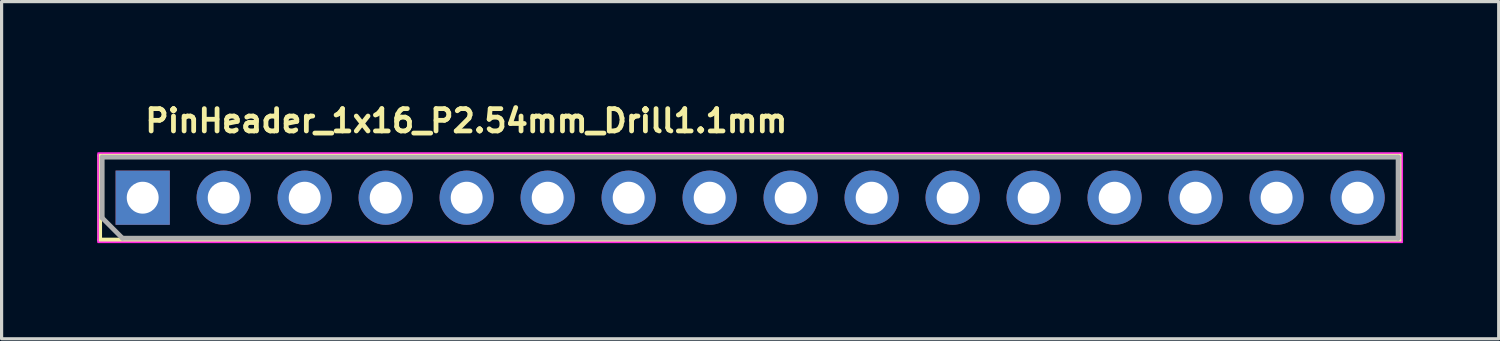
<source format=kicad_pcb>
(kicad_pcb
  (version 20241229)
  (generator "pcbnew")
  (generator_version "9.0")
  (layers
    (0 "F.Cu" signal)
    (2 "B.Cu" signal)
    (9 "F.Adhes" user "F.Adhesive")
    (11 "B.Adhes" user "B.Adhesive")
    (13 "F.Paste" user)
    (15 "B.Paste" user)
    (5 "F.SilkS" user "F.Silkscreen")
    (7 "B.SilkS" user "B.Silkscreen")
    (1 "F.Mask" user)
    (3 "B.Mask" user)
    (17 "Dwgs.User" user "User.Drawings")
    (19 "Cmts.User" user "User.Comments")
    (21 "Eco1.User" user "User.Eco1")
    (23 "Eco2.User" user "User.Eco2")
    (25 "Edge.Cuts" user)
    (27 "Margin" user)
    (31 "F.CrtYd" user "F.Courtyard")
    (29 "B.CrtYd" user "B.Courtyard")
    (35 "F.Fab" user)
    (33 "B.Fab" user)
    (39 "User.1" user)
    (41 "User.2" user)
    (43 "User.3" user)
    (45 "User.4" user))
  (footprint "PinHeader_1x16_P2.54mm_Drill1.1mm"
    (layer "F.Cu")
    (at 1.425 3.15)
    (property "Reference" "PinHeader_1x16_P2.54mm_Drill1.1mm" (at 0 -2 0) (unlocked yes) (layer "F.SilkS") (effects (font (size 0.7 0.7) (thickness 0.15)) (justify left bottom)))
    (attr through_hole)
    (fp_line (start -1.35 -1.331) (end 39.43 -1.331) (stroke (width 0.15) (type solid)) (layer "F.SilkS"))
    (fp_line (start -1.35 1.329) (end -1.35 -1.3) (stroke (width 0.15) (type solid)) (layer "F.SilkS"))
    (fp_line (start -1.35 1.329) (end 39.43 1.329) (stroke (width 0.15) (type solid)) (layer "F.SilkS"))
    (fp_line (start 39.43 1.329) (end 39.43 -1.331) (stroke (width 0.15) (type solid)) (layer "F.SilkS"))
    (fp_rect (start -1.4 -1.4) (end 39.5 1.4) (stroke (width 0.05) (type solid)) (fill no) (layer "F.CrtYd"))
    (fp_line (start -1.27 -1.271) (end 39.37 -1.271) (stroke (width 0.15) (type solid)) (layer "F.Fab"))
    (fp_line (start -1.27 0.634) (end -1.27 -1.271) (stroke (width 0.15) (type solid)) (layer "F.Fab"))
    (fp_line (start -0.635 1.269) (end -1.27 0.634) (stroke (width 0.15) (type solid)) (layer "F.Fab"))
    (fp_line (start 39.37 -1.271) (end 39.37 1.269) (stroke (width 0.15) (type solid)) (layer "F.Fab"))
    (fp_line (start 39.37 1.269) (end -0.635 1.269) (stroke (width 0.15) (type solid)) (layer "F.Fab"))
    (fp_rect (start -1.315 -1.22) (end 39.325 1.32) (stroke (width 0.1) (type solid)) (fill no) (layer "User.5"))
    (fp_line (start -1.315 0.82) (end -1.315 -0.72) (stroke (width 0.02) (type solid)) (layer "User.9"))
    (fp_line (start -1.315 0.82) (end -1.065 1.32) (stroke (width 0.02) (type solid)) (layer "User.9"))
    (fp_line (start -1.065 -1.22) (end -1.315 -0.72) (stroke (width 0.02) (type solid)) (layer "User.9"))
    (fp_line (start -0.365 -0.27) (end -0.165 -0.07) (stroke (width 0.02) (type solid)) (layer "User.9"))
    (fp_line (start -0.365 -0.27) (end 0.275 -0.27) (stroke (width 0.02) (type solid)) (layer "User.9"))
    (fp_line (start -0.365 0.37) (end -0.365 -0.27) (stroke (width 0.02) (type solid)) (layer "User.9"))
    (fp_line (start -0.165 -0.07) (end -0.165 0.17) (stroke (width 0.02) (type solid)) (layer "User.9"))
    (fp_line (start -0.165 0.17) (end -0.365 0.37) (stroke (width 0.02) (type solid)) (layer "User.9"))
    (fp_line (start -0.165 0.17) (end 0.075 0.17) (stroke (width 0.02) (type solid)) (layer "User.9"))
    (fp_line (start 0.075 -0.07) (end -0.165 -0.07) (stroke (width 0.02) (type solid)) (layer "User.9"))
    (fp_line (start 0.075 -0.07) (end 0.275 -0.27) (stroke (width 0.02) (type solid)) (layer "User.9"))
    (fp_line (start 0.075 0.17) (end 0.075 -0.07) (stroke (width 0.02) (type solid)) (layer "User.9"))
    (fp_line (start 0.075 0.17) (end 0.275 0.37) (stroke (width 0.02) (type solid)) (layer "User.9"))
    (fp_line (start 0.275 -0.27) (end 0.275 0.37) (stroke (width 0.02) (type solid)) (layer "User.9"))
    (fp_line (start 0.275 0.37) (end -0.365 0.37) (stroke (width 0.02) (type solid)) (layer "User.9"))
    (fp_line (start 0.975 -1.22) (end -1.065 -1.22) (stroke (width 0.02) (type solid)) (layer "User.9"))
    (fp_line (start 0.975 1.32) (end -1.065 1.32) (stroke (width 0.02) (type solid)) (layer "User.9"))
    (fp_line (start 0.975 1.32) (end 1.225 0.82) (stroke (width 0.02) (type solid)) (layer "User.9"))
    (fp_line (start 1.225 -0.72) (end 0.975 -1.22) (stroke (width 0.02) (type solid)) (layer "User.9"))
    (fp_line (start 1.225 0.82) (end 1.475 1.32) (stroke (width 0.02) (type solid)) (layer "User.9"))
    (fp_line (start 1.475 -1.22) (end 1.225 -0.72) (stroke (width 0.02) (type solid)) (layer "User.9"))
    (fp_line (start 2.175 -0.27) (end 2.375 -0.07) (stroke (width 0.02) (type solid)) (layer "User.9"))
    (fp_line (start 2.175 -0.27) (end 2.815 -0.27) (stroke (width 0.02) (type solid)) (layer "User.9"))
    (fp_line (start 2.175 0.37) (end 2.175 -0.27) (stroke (width 0.02) (type solid)) (layer "User.9"))
    (fp_line (start 2.375 -0.07) (end 2.375 0.17) (stroke (width 0.02) (type solid)) (layer "User.9"))
    (fp_line (start 2.375 0.17) (end 2.175 0.37) (stroke (width 0.02) (type solid)) (layer "User.9"))
    (fp_line (start 2.375 0.17) (end 2.615 0.17) (stroke (width 0.02) (type solid)) (layer "User.9"))
    (fp_line (start 2.615 -0.07) (end 2.375 -0.07) (stroke (width 0.02) (type solid)) (layer "User.9"))
    (fp_line (start 2.615 -0.07) (end 2.815 -0.27) (stroke (width 0.02) (type solid)) (layer "User.9"))
    (fp_line (start 2.615 0.17) (end 2.615 -0.07) (stroke (width 0.02) (type solid)) (layer "User.9"))
    (fp_line (start 2.615 0.17) (end 2.815 0.37) (stroke (width 0.02) (type solid)) (layer "User.9"))
    (fp_line (start 2.815 -0.27) (end 2.815 0.37) (stroke (width 0.02) (type solid)) (layer "User.9"))
    (fp_line (start 2.815 0.37) (end 2.175 0.37) (stroke (width 0.02) (type solid)) (layer "User.9"))
    (fp_line (start 3.515 -1.22) (end 1.475 -1.22) (stroke (width 0.02) (type solid)) (layer "User.9"))
    (fp_line (start 3.515 1.32) (end 1.475 1.32) (stroke (width 0.02) (type solid)) (layer "User.9"))
    (fp_line (start 3.515 1.32) (end 3.765 0.82) (stroke (width 0.02) (type solid)) (layer "User.9"))
    (fp_line (start 3.765 -0.72) (end 3.515 -1.22) (stroke (width 0.02) (type solid)) (layer "User.9"))
    (fp_line (start 3.765 0.82) (end 4.015 1.32) (stroke (width 0.02) (type solid)) (layer "User.9"))
    (fp_line (start 4.015 -1.22) (end 3.765 -0.72) (stroke (width 0.02) (type solid)) (layer "User.9"))
    (fp_line (start 4.715 -0.27) (end 4.915 -0.07) (stroke (width 0.02) (type solid)) (layer "User.9"))
    (fp_line (start 4.715 -0.27) (end 5.355 -0.27) (stroke (width 0.02) (type solid)) (layer "User.9"))
    (fp_line (start 4.715 0.37) (end 4.715 -0.27) (stroke (width 0.02) (type solid)) (layer "User.9"))
    (fp_line (start 4.915 -0.07) (end 4.915 0.17) (stroke (width 0.02) (type solid)) (layer "User.9"))
    (fp_line (start 4.915 0.17) (end 4.715 0.37) (stroke (width 0.02) (type solid)) (layer "User.9"))
    (fp_line (start 4.915 0.17) (end 5.155 0.17) (stroke (width 0.02) (type solid)) (layer "User.9"))
    (fp_line (start 5.155 -0.07) (end 4.915 -0.07) (stroke (width 0.02) (type solid)) (layer "User.9"))
    (fp_line (start 5.155 -0.07) (end 5.355 -0.27) (stroke (width 0.02) (type solid)) (layer "User.9"))
    (fp_line (start 5.155 0.17) (end 5.155 -0.07) (stroke (width 0.02) (type solid)) (layer "User.9"))
    (fp_line (start 5.155 0.17) (end 5.355 0.37) (stroke (width 0.02) (type solid)) (layer "User.9"))
    (fp_line (start 5.355 -0.27) (end 5.355 0.37) (stroke (width 0.02) (type solid)) (layer "User.9"))
    (fp_line (start 5.355 0.37) (end 4.715 0.37) (stroke (width 0.02) (type solid)) (layer "User.9"))
    (fp_line (start 6.055 -1.22) (end 4.015 -1.22) (stroke (width 0.02) (type solid)) (layer "User.9"))
    (fp_line (start 6.055 1.32) (end 4.015 1.32) (stroke (width 0.02) (type solid)) (layer "User.9"))
    (fp_line (start 6.055 1.32) (end 6.305 0.82) (stroke (width 0.02) (type solid)) (layer "User.9"))
    (fp_line (start 6.305 -0.72) (end 6.055 -1.22) (stroke (width 0.02) (type solid)) (layer "User.9"))
    (fp_line (start 6.305 0.82) (end 6.555 1.32) (stroke (width 0.02) (type solid)) (layer "User.9"))
    (fp_line (start 6.555 -1.22) (end 6.305 -0.72) (stroke (width 0.02) (type solid)) (layer "User.9"))
    (fp_line (start 7.255 -0.27) (end 7.455 -0.07) (stroke (width 0.02) (type solid)) (layer "User.9"))
    (fp_line (start 7.255 -0.27) (end 7.895 -0.27) (stroke (width 0.02) (type solid)) (layer "User.9"))
    (fp_line (start 7.255 0.37) (end 7.255 -0.27) (stroke (width 0.02) (type solid)) (layer "User.9"))
    (fp_line (start 7.455 -0.07) (end 7.455 0.17) (stroke (width 0.02) (type solid)) (layer "User.9"))
    (fp_line (start 7.455 0.17) (end 7.255 0.37) (stroke (width 0.02) (type solid)) (layer "User.9"))
    (fp_line (start 7.455 0.17) (end 7.695 0.17) (stroke (width 0.02) (type solid)) (layer "User.9"))
    (fp_line (start 7.695 -0.07) (end 7.455 -0.07) (stroke (width 0.02) (type solid)) (layer "User.9"))
    (fp_line (start 7.695 -0.07) (end 7.895 -0.27) (stroke (width 0.02) (type solid)) (layer "User.9"))
    (fp_line (start 7.695 0.17) (end 7.695 -0.07) (stroke (width 0.02) (type solid)) (layer "User.9"))
    (fp_line (start 7.695 0.17) (end 7.895 0.37) (stroke (width 0.02) (type solid)) (layer "User.9"))
    (fp_line (start 7.895 -0.27) (end 7.895 0.37) (stroke (width 0.02) (type solid)) (layer "User.9"))
    (fp_line (start 7.895 0.37) (end 7.255 0.37) (stroke (width 0.02) (type solid)) (layer "User.9"))
    (fp_line (start 8.595 -1.22) (end 6.555 -1.22) (stroke (width 0.02) (type solid)) (layer "User.9"))
    (fp_line (start 8.595 1.32) (end 6.555 1.32) (stroke (width 0.02) (type solid)) (layer "User.9"))
    (fp_line (start 8.595 1.32) (end 8.845 0.82) (stroke (width 0.02) (type solid)) (layer "User.9"))
    (fp_line (start 8.845 -0.72) (end 8.595 -1.22) (stroke (width 0.02) (type solid)) (layer "User.9"))
    (fp_line (start 8.845 0.82) (end 9.095 1.32) (stroke (width 0.02) (type solid)) (layer "User.9"))
    (fp_line (start 9.095 -1.22) (end 8.845 -0.72) (stroke (width 0.02) (type solid)) (layer "User.9"))
    (fp_line (start 9.795 -0.27) (end 9.995 -0.07) (stroke (width 0.02) (type solid)) (layer "User.9"))
    (fp_line (start 9.795 -0.27) (end 10.435 -0.27) (stroke (width 0.02) (type solid)) (layer "User.9"))
    (fp_line (start 9.795 0.37) (end 9.795 -0.27) (stroke (width 0.02) (type solid)) (layer "User.9"))
    (fp_line (start 9.995 -0.07) (end 9.995 0.17) (stroke (width 0.02) (type solid)) (layer "User.9"))
    (fp_line (start 9.995 0.17) (end 9.795 0.37) (stroke (width 0.02) (type solid)) (layer "User.9"))
    (fp_line (start 9.995 0.17) (end 10.235 0.17) (stroke (width 0.02) (type solid)) (layer "User.9"))
    (fp_line (start 10.235 -0.07) (end 9.995 -0.07) (stroke (width 0.02) (type solid)) (layer "User.9"))
    (fp_line (start 10.235 -0.07) (end 10.435 -0.27) (stroke (width 0.02) (type solid)) (layer "User.9"))
    (fp_line (start 10.235 0.17) (end 10.235 -0.07) (stroke (width 0.02) (type solid)) (layer "User.9"))
    (fp_line (start 10.235 0.17) (end 10.435 0.37) (stroke (width 0.02) (type solid)) (layer "User.9"))
    (fp_line (start 10.435 -0.27) (end 10.435 0.37) (stroke (width 0.02) (type solid)) (layer "User.9"))
    (fp_line (start 10.435 0.37) (end 9.795 0.37) (stroke (width 0.02) (type solid)) (layer "User.9"))
    (fp_line (start 11.135 -1.22) (end 9.095 -1.22) (stroke (width 0.02) (type solid)) (layer "User.9"))
    (fp_line (start 11.135 1.32) (end 9.095 1.32) (stroke (width 0.02) (type solid)) (layer "User.9"))
    (fp_line (start 11.135 1.32) (end 11.385 0.82) (stroke (width 0.02) (type solid)) (layer "User.9"))
    (fp_line (start 11.385 -0.72) (end 11.135 -1.22) (stroke (width 0.02) (type solid)) (layer "User.9"))
    (fp_line (start 11.385 0.82) (end 11.635 1.32) (stroke (width 0.02) (type solid)) (layer "User.9"))
    (fp_line (start 11.635 -1.22) (end 11.385 -0.72) (stroke (width 0.02) (type solid)) (layer "User.9"))
    (fp_line (start 12.335 -0.27) (end 12.535 -0.07) (stroke (width 0.02) (type solid)) (layer "User.9"))
    (fp_line (start 12.335 -0.27) (end 12.975 -0.27) (stroke (width 0.02) (type solid)) (layer "User.9"))
    (fp_line (start 12.335 0.37) (end 12.335 -0.27) (stroke (width 0.02) (type solid)) (layer "User.9"))
    (fp_line (start 12.535 -0.07) (end 12.535 0.17) (stroke (width 0.02) (type solid)) (layer "User.9"))
    (fp_line (start 12.535 0.17) (end 12.335 0.37) (stroke (width 0.02) (type solid)) (layer "User.9"))
    (fp_line (start 12.535 0.17) (end 12.775 0.17) (stroke (width 0.02) (type solid)) (layer "User.9"))
    (fp_line (start 12.775 -0.07) (end 12.535 -0.07) (stroke (width 0.02) (type solid)) (layer "User.9"))
    (fp_line (start 12.775 -0.07) (end 12.975 -0.27) (stroke (width 0.02) (type solid)) (layer "User.9"))
    (fp_line (start 12.775 0.17) (end 12.775 -0.07) (stroke (width 0.02) (type solid)) (layer "User.9"))
    (fp_line (start 12.775 0.17) (end 12.975 0.37) (stroke (width 0.02) (type solid)) (layer "User.9"))
    (fp_line (start 12.975 -0.27) (end 12.975 0.37) (stroke (width 0.02) (type solid)) (layer "User.9"))
    (fp_line (start 12.975 0.37) (end 12.335 0.37) (stroke (width 0.02) (type solid)) (layer "User.9"))
    (fp_line (start 13.675 -1.22) (end 11.635 -1.22) (stroke (width 0.02) (type solid)) (layer "User.9"))
    (fp_line (start 13.675 1.32) (end 11.635 1.32) (stroke (width 0.02) (type solid)) (layer "User.9"))
    (fp_line (start 13.675 1.32) (end 13.925 0.82) (stroke (width 0.02) (type solid)) (layer "User.9"))
    (fp_line (start 13.925 -0.72) (end 13.675 -1.22) (stroke (width 0.02) (type solid)) (layer "User.9"))
    (fp_line (start 13.925 0.82) (end 14.175 1.32) (stroke (width 0.02) (type solid)) (layer "User.9"))
    (fp_line (start 14.175 -1.22) (end 13.925 -0.72) (stroke (width 0.02) (type solid)) (layer "User.9"))
    (fp_line (start 14.875 -0.27) (end 15.075 -0.07) (stroke (width 0.02) (type solid)) (layer "User.9"))
    (fp_line (start 14.875 -0.27) (end 15.515 -0.27) (stroke (width 0.02) (type solid)) (layer "User.9"))
    (fp_line (start 14.875 0.37) (end 14.875 -0.27) (stroke (width 0.02) (type solid)) (layer "User.9"))
    (fp_line (start 15.075 -0.07) (end 15.075 0.17) (stroke (width 0.02) (type solid)) (layer "User.9"))
    (fp_line (start 15.075 0.17) (end 14.875 0.37) (stroke (width 0.02) (type solid)) (layer "User.9"))
    (fp_line (start 15.075 0.17) (end 15.315 0.17) (stroke (width 0.02) (type solid)) (layer "User.9"))
    (fp_line (start 15.315 -0.07) (end 15.075 -0.07) (stroke (width 0.02) (type solid)) (layer "User.9"))
    (fp_line (start 15.315 -0.07) (end 15.515 -0.27) (stroke (width 0.02) (type solid)) (layer "User.9"))
    (fp_line (start 15.315 0.17) (end 15.315 -0.07) (stroke (width 0.02) (type solid)) (layer "User.9"))
    (fp_line (start 15.315 0.17) (end 15.515 0.37) (stroke (width 0.02) (type solid)) (layer "User.9"))
    (fp_line (start 15.515 -0.27) (end 15.515 0.37) (stroke (width 0.02) (type solid)) (layer "User.9"))
    (fp_line (start 15.515 0.37) (end 14.875 0.37) (stroke (width 0.02) (type solid)) (layer "User.9"))
    (fp_line (start 16.215 -1.22) (end 14.175 -1.22) (stroke (width 0.02) (type solid)) (layer "User.9"))
    (fp_line (start 16.215 1.32) (end 14.175 1.32) (stroke (width 0.02) (type solid)) (layer "User.9"))
    (fp_line (start 16.215 1.32) (end 16.465 0.82) (stroke (width 0.02) (type solid)) (layer "User.9"))
    (fp_line (start 16.465 -0.72) (end 16.215 -1.22) (stroke (width 0.02) (type solid)) (layer "User.9"))
    (fp_line (start 16.465 0.82) (end 16.715 1.32) (stroke (width 0.02) (type solid)) (layer "User.9"))
    (fp_line (start 16.715 -1.22) (end 16.465 -0.72) (stroke (width 0.02) (type solid)) (layer "User.9"))
    (fp_line (start 17.415 -0.27) (end 17.615 -0.07) (stroke (width 0.02) (type solid)) (layer "User.9"))
    (fp_line (start 17.415 -0.27) (end 18.055 -0.27) (stroke (width 0.02) (type solid)) (layer "User.9"))
    (fp_line (start 17.415 0.37) (end 17.415 -0.27) (stroke (width 0.02) (type solid)) (layer "User.9"))
    (fp_line (start 17.615 -0.07) (end 17.615 0.17) (stroke (width 0.02) (type solid)) (layer "User.9"))
    (fp_line (start 17.615 0.17) (end 17.415 0.37) (stroke (width 0.02) (type solid)) (layer "User.9"))
    (fp_line (start 17.615 0.17) (end 17.855 0.17) (stroke (width 0.02) (type solid)) (layer "User.9"))
    (fp_line (start 17.855 -0.07) (end 17.615 -0.07) (stroke (width 0.02) (type solid)) (layer "User.9"))
    (fp_line (start 17.855 -0.07) (end 18.055 -0.27) (stroke (width 0.02) (type solid)) (layer "User.9"))
    (fp_line (start 17.855 0.17) (end 17.855 -0.07) (stroke (width 0.02) (type solid)) (layer "User.9"))
    (fp_line (start 17.855 0.17) (end 18.055 0.37) (stroke (width 0.02) (type solid)) (layer "User.9"))
    (fp_line (start 18.055 -0.27) (end 18.055 0.37) (stroke (width 0.02) (type solid)) (layer "User.9"))
    (fp_line (start 18.055 0.37) (end 17.415 0.37) (stroke (width 0.02) (type solid)) (layer "User.9"))
    (fp_line (start 18.755 -1.22) (end 16.715 -1.22) (stroke (width 0.02) (type solid)) (layer "User.9"))
    (fp_line (start 18.755 1.32) (end 16.715 1.32) (stroke (width 0.02) (type solid)) (layer "User.9"))
    (fp_line (start 18.755 1.32) (end 19.005 0.82) (stroke (width 0.02) (type solid)) (layer "User.9"))
    (fp_line (start 19.005 -0.72) (end 18.755 -1.22) (stroke (width 0.02) (type solid)) (layer "User.9"))
    (fp_line (start 19.005 0.82) (end 19.255 1.32) (stroke (width 0.02) (type solid)) (layer "User.9"))
    (fp_line (start 19.255 -1.22) (end 19.005 -0.72) (stroke (width 0.02) (type solid)) (layer "User.9"))
    (fp_line (start 19.955 -0.27) (end 20.155 -0.07) (stroke (width 0.02) (type solid)) (layer "User.9"))
    (fp_line (start 19.955 -0.27) (end 20.595 -0.27) (stroke (width 0.02) (type solid)) (layer "User.9"))
    (fp_line (start 19.955 0.37) (end 19.955 -0.27) (stroke (width 0.02) (type solid)) (layer "User.9"))
    (fp_line (start 20.155 -0.07) (end 20.155 0.17) (stroke (width 0.02) (type solid)) (layer "User.9"))
    (fp_line (start 20.155 0.17) (end 19.955 0.37) (stroke (width 0.02) (type solid)) (layer "User.9"))
    (fp_line (start 20.155 0.17) (end 20.395 0.17) (stroke (width 0.02) (type solid)) (layer "User.9"))
    (fp_line (start 20.395 -0.07) (end 20.155 -0.07) (stroke (width 0.02) (type solid)) (layer "User.9"))
    (fp_line (start 20.395 -0.07) (end 20.595 -0.27) (stroke (width 0.02) (type solid)) (layer "User.9"))
    (fp_line (start 20.395 0.17) (end 20.395 -0.07) (stroke (width 0.02) (type solid)) (layer "User.9"))
    (fp_line (start 20.395 0.17) (end 20.595 0.37) (stroke (width 0.02) (type solid)) (layer "User.9"))
    (fp_line (start 20.595 -0.27) (end 20.595 0.37) (stroke (width 0.02) (type solid)) (layer "User.9"))
    (fp_line (start 20.595 0.37) (end 19.955 0.37) (stroke (width 0.02) (type solid)) (layer "User.9"))
    (fp_line (start 21.295 -1.22) (end 19.255 -1.22) (stroke (width 0.02) (type solid)) (layer "User.9"))
    (fp_line (start 21.295 1.32) (end 19.255 1.32) (stroke (width 0.02) (type solid)) (layer "User.9"))
    (fp_line (start 21.295 1.32) (end 21.545 0.82) (stroke (width 0.02) (type solid)) (layer "User.9"))
    (fp_line (start 21.545 -0.72) (end 21.295 -1.22) (stroke (width 0.02) (type solid)) (layer "User.9"))
    (fp_line (start 21.545 0.82) (end 21.795 1.32) (stroke (width 0.02) (type solid)) (layer "User.9"))
    (fp_line (start 21.795 -1.22) (end 21.545 -0.72) (stroke (width 0.02) (type solid)) (layer "User.9"))
    (fp_line (start 22.495 -0.27) (end 22.695 -0.07) (stroke (width 0.02) (type solid)) (layer "User.9"))
    (fp_line (start 22.495 -0.27) (end 23.135 -0.27) (stroke (width 0.02) (type solid)) (layer "User.9"))
    (fp_line (start 22.495 0.37) (end 22.495 -0.27) (stroke (width 0.02) (type solid)) (layer "User.9"))
    (fp_line (start 22.695 -0.07) (end 22.695 0.17) (stroke (width 0.02) (type solid)) (layer "User.9"))
    (fp_line (start 22.695 0.17) (end 22.495 0.37) (stroke (width 0.02) (type solid)) (layer "User.9"))
    (fp_line (start 22.695 0.17) (end 22.935 0.17) (stroke (width 0.02) (type solid)) (layer "User.9"))
    (fp_line (start 22.935 -0.07) (end 22.695 -0.07) (stroke (width 0.02) (type solid)) (layer "User.9"))
    (fp_line (start 22.935 -0.07) (end 23.135 -0.27) (stroke (width 0.02) (type solid)) (layer "User.9"))
    (fp_line (start 22.935 0.17) (end 22.935 -0.07) (stroke (width 0.02) (type solid)) (layer "User.9"))
    (fp_line (start 22.935 0.17) (end 23.135 0.37) (stroke (width 0.02) (type solid)) (layer "User.9"))
    (fp_line (start 23.135 -0.27) (end 23.135 0.37) (stroke (width 0.02) (type solid)) (layer "User.9"))
    (fp_line (start 23.135 0.37) (end 22.495 0.37) (stroke (width 0.02) (type solid)) (layer "User.9"))
    (fp_line (start 23.835 -1.22) (end 21.795 -1.22) (stroke (width 0.02) (type solid)) (layer "User.9"))
    (fp_line (start 23.835 1.32) (end 21.795 1.32) (stroke (width 0.02) (type solid)) (layer "User.9"))
    (fp_line (start 23.835 1.32) (end 24.085 0.82) (stroke (width 0.02) (type solid)) (layer "User.9"))
    (fp_line (start 24.085 -0.72) (end 23.835 -1.22) (stroke (width 0.02) (type solid)) (layer "User.9"))
    (fp_line (start 24.085 0.82) (end 24.335 1.32) (stroke (width 0.02) (type solid)) (layer "User.9"))
    (fp_line (start 24.335 -1.22) (end 24.085 -0.72) (stroke (width 0.02) (type solid)) (layer "User.9"))
    (fp_line (start 25.035 -0.27) (end 25.235 -0.07) (stroke (width 0.02) (type solid)) (layer "User.9"))
    (fp_line (start 25.035 -0.27) (end 25.675 -0.27) (stroke (width 0.02) (type solid)) (layer "User.9"))
    (fp_line (start 25.035 0.37) (end 25.035 -0.27) (stroke (width 0.02) (type solid)) (layer "User.9"))
    (fp_line (start 25.235 -0.07) (end 25.235 0.17) (stroke (width 0.02) (type solid)) (layer "User.9"))
    (fp_line (start 25.235 0.17) (end 25.035 0.37) (stroke (width 0.02) (type solid)) (layer "User.9"))
    (fp_line (start 25.235 0.17) (end 25.475 0.17) (stroke (width 0.02) (type solid)) (layer "User.9"))
    (fp_line (start 25.475 -0.07) (end 25.235 -0.07) (stroke (width 0.02) (type solid)) (layer "User.9"))
    (fp_line (start 25.475 -0.07) (end 25.675 -0.27) (stroke (width 0.02) (type solid)) (layer "User.9"))
    (fp_line (start 25.475 0.17) (end 25.475 -0.07) (stroke (width 0.02) (type solid)) (layer "User.9"))
    (fp_line (start 25.475 0.17) (end 25.675 0.37) (stroke (width 0.02) (type solid)) (layer "User.9"))
    (fp_line (start 25.675 -0.27) (end 25.675 0.37) (stroke (width 0.02) (type solid)) (layer "User.9"))
    (fp_line (start 25.675 0.37) (end 25.035 0.37) (stroke (width 0.02) (type solid)) (layer "User.9"))
    (fp_line (start 26.375 -1.22) (end 24.335 -1.22) (stroke (width 0.02) (type solid)) (layer "User.9"))
    (fp_line (start 26.375 1.32) (end 24.335 1.32) (stroke (width 0.02) (type solid)) (layer "User.9"))
    (fp_line (start 26.375 1.32) (end 26.625 0.82) (stroke (width 0.02) (type solid)) (layer "User.9"))
    (fp_line (start 26.625 -0.72) (end 26.375 -1.22) (stroke (width 0.02) (type solid)) (layer "User.9"))
    (fp_line (start 26.625 0.82) (end 26.875 1.32) (stroke (width 0.02) (type solid)) (layer "User.9"))
    (fp_line (start 26.875 -1.22) (end 26.625 -0.72) (stroke (width 0.02) (type solid)) (layer "User.9"))
    (fp_line (start 27.575 -0.27) (end 27.775 -0.07) (stroke (width 0.02) (type solid)) (layer "User.9"))
    (fp_line (start 27.575 -0.27) (end 28.215 -0.27) (stroke (width 0.02) (type solid)) (layer "User.9"))
    (fp_line (start 27.575 0.37) (end 27.575 -0.27) (stroke (width 0.02) (type solid)) (layer "User.9"))
    (fp_line (start 27.775 -0.07) (end 27.775 0.17) (stroke (width 0.02) (type solid)) (layer "User.9"))
    (fp_line (start 27.775 0.17) (end 27.575 0.37) (stroke (width 0.02) (type solid)) (layer "User.9"))
    (fp_line (start 27.775 0.17) (end 28.015 0.17) (stroke (width 0.02) (type solid)) (layer "User.9"))
    (fp_line (start 28.015 -0.07) (end 27.775 -0.07) (stroke (width 0.02) (type solid)) (layer "User.9"))
    (fp_line (start 28.015 -0.07) (end 28.215 -0.27) (stroke (width 0.02) (type solid)) (layer "User.9"))
    (fp_line (start 28.015 0.17) (end 28.015 -0.07) (stroke (width 0.02) (type solid)) (layer "User.9"))
    (fp_line (start 28.015 0.17) (end 28.215 0.37) (stroke (width 0.02) (type solid)) (layer "User.9"))
    (fp_line (start 28.215 -0.27) (end 28.215 0.37) (stroke (width 0.02) (type solid)) (layer "User.9"))
    (fp_line (start 28.215 0.37) (end 27.575 0.37) (stroke (width 0.02) (type solid)) (layer "User.9"))
    (fp_line (start 28.915 -1.22) (end 26.875 -1.22) (stroke (width 0.02) (type solid)) (layer "User.9"))
    (fp_line (start 28.915 1.32) (end 26.875 1.32) (stroke (width 0.02) (type solid)) (layer "User.9"))
    (fp_line (start 28.915 1.32) (end 29.165 0.82) (stroke (width 0.02) (type solid)) (layer "User.9"))
    (fp_line (start 29.165 -0.72) (end 28.915 -1.22) (stroke (width 0.02) (type solid)) (layer "User.9"))
    (fp_line (start 29.165 0.82) (end 29.415 1.32) (stroke (width 0.02) (type solid)) (layer "User.9"))
    (fp_line (start 29.415 -1.22) (end 29.165 -0.72) (stroke (width 0.02) (type solid)) (layer "User.9"))
    (fp_line (start 30.115 -0.27) (end 30.315 -0.07) (stroke (width 0.02) (type solid)) (layer "User.9"))
    (fp_line (start 30.115 -0.27) (end 30.755 -0.27) (stroke (width 0.02) (type solid)) (layer "User.9"))
    (fp_line (start 30.115 0.37) (end 30.115 -0.27) (stroke (width 0.02) (type solid)) (layer "User.9"))
    (fp_line (start 30.315 -0.07) (end 30.315 0.17) (stroke (width 0.02) (type solid)) (layer "User.9"))
    (fp_line (start 30.315 0.17) (end 30.115 0.37) (stroke (width 0.02) (type solid)) (layer "User.9"))
    (fp_line (start 30.315 0.17) (end 30.555 0.17) (stroke (width 0.02) (type solid)) (layer "User.9"))
    (fp_line (start 30.555 -0.07) (end 30.315 -0.07) (stroke (width 0.02) (type solid)) (layer "User.9"))
    (fp_line (start 30.555 -0.07) (end 30.755 -0.27) (stroke (width 0.02) (type solid)) (layer "User.9"))
    (fp_line (start 30.555 0.17) (end 30.555 -0.07) (stroke (width 0.02) (type solid)) (layer "User.9"))
    (fp_line (start 30.555 0.17) (end 30.755 0.37) (stroke (width 0.02) (type solid)) (layer "User.9"))
    (fp_line (start 30.755 -0.27) (end 30.755 0.37) (stroke (width 0.02) (type solid)) (layer "User.9"))
    (fp_line (start 30.755 0.37) (end 30.115 0.37) (stroke (width 0.02) (type solid)) (layer "User.9"))
    (fp_line (start 31.455 -1.22) (end 29.415 -1.22) (stroke (width 0.02) (type solid)) (layer "User.9"))
    (fp_line (start 31.455 1.32) (end 29.415 1.32) (stroke (width 0.02) (type solid)) (layer "User.9"))
    (fp_line (start 31.455 1.32) (end 31.705 0.82) (stroke (width 0.02) (type solid)) (layer "User.9"))
    (fp_line (start 31.705 -0.72) (end 31.455 -1.22) (stroke (width 0.02) (type solid)) (layer "User.9"))
    (fp_line (start 31.705 0.82) (end 31.955 1.32) (stroke (width 0.02) (type solid)) (layer "User.9"))
    (fp_line (start 31.955 -1.22) (end 31.705 -0.72) (stroke (width 0.02) (type solid)) (layer "User.9"))
    (fp_line (start 32.655 -0.27) (end 32.855 -0.07) (stroke (width 0.02) (type solid)) (layer "User.9"))
    (fp_line (start 32.655 -0.27) (end 33.295 -0.27) (stroke (width 0.02) (type solid)) (layer "User.9"))
    (fp_line (start 32.655 0.37) (end 32.655 -0.27) (stroke (width 0.02) (type solid)) (layer "User.9"))
    (fp_line (start 32.855 -0.07) (end 32.855 0.17) (stroke (width 0.02) (type solid)) (layer "User.9"))
    (fp_line (start 32.855 0.17) (end 32.655 0.37) (stroke (width 0.02) (type solid)) (layer "User.9"))
    (fp_line (start 32.855 0.17) (end 33.095 0.17) (stroke (width 0.02) (type solid)) (layer "User.9"))
    (fp_line (start 33.095 -0.07) (end 32.855 -0.07) (stroke (width 0.02) (type solid)) (layer "User.9"))
    (fp_line (start 33.095 -0.07) (end 33.295 -0.27) (stroke (width 0.02) (type solid)) (layer "User.9"))
    (fp_line (start 33.095 0.17) (end 33.095 -0.07) (stroke (width 0.02) (type solid)) (layer "User.9"))
    (fp_line (start 33.095 0.17) (end 33.295 0.37) (stroke (width 0.02) (type solid)) (layer "User.9"))
    (fp_line (start 33.295 -0.27) (end 33.295 0.37) (stroke (width 0.02) (type solid)) (layer "User.9"))
    (fp_line (start 33.295 0.37) (end 32.655 0.37) (stroke (width 0.02) (type solid)) (layer "User.9"))
    (fp_line (start 33.995 -1.22) (end 31.955 -1.22) (stroke (width 0.02) (type solid)) (layer "User.9"))
    (fp_line (start 33.995 1.32) (end 31.955 1.32) (stroke (width 0.02) (type solid)) (layer "User.9"))
    (fp_line (start 33.995 1.32) (end 34.245 0.82) (stroke (width 0.02) (type solid)) (layer "User.9"))
    (fp_line (start 34.245 -0.72) (end 33.995 -1.22) (stroke (width 0.02) (type solid)) (layer "User.9"))
    (fp_line (start 34.245 0.82) (end 34.495 1.32) (stroke (width 0.02) (type solid)) (layer "User.9"))
    (fp_line (start 34.495 -1.22) (end 34.245 -0.72) (stroke (width 0.02) (type solid)) (layer "User.9"))
    (fp_line (start 35.195 -0.27) (end 35.395 -0.07) (stroke (width 0.02) (type solid)) (layer "User.9"))
    (fp_line (start 35.195 -0.27) (end 35.835 -0.27) (stroke (width 0.02) (type solid)) (layer "User.9"))
    (fp_line (start 35.195 0.37) (end 35.195 -0.27) (stroke (width 0.02) (type solid)) (layer "User.9"))
    (fp_line (start 35.395 -0.07) (end 35.395 0.17) (stroke (width 0.02) (type solid)) (layer "User.9"))
    (fp_line (start 35.395 0.17) (end 35.195 0.37) (stroke (width 0.02) (type solid)) (layer "User.9"))
    (fp_line (start 35.395 0.17) (end 35.635 0.17) (stroke (width 0.02) (type solid)) (layer "User.9"))
    (fp_line (start 35.635 -0.07) (end 35.395 -0.07) (stroke (width 0.02) (type solid)) (layer "User.9"))
    (fp_line (start 35.635 -0.07) (end 35.835 -0.27) (stroke (width 0.02) (type solid)) (layer "User.9"))
    (fp_line (start 35.635 0.17) (end 35.635 -0.07) (stroke (width 0.02) (type solid)) (layer "User.9"))
    (fp_line (start 35.635 0.17) (end 35.835 0.37) (stroke (width 0.02) (type solid)) (layer "User.9"))
    (fp_line (start 35.835 -0.27) (end 35.835 0.37) (stroke (width 0.02) (type solid)) (layer "User.9"))
    (fp_line (start 35.835 0.37) (end 35.195 0.37) (stroke (width 0.02) (type solid)) (layer "User.9"))
    (fp_line (start 36.535 -1.22) (end 34.495 -1.22) (stroke (width 0.02) (type solid)) (layer "User.9"))
    (fp_line (start 36.535 1.32) (end 34.495 1.32) (stroke (width 0.02) (type solid)) (layer "User.9"))
    (fp_line (start 36.535 1.32) (end 36.785 0.82) (stroke (width 0.02) (type solid)) (layer "User.9"))
    (fp_line (start 36.785 -0.72) (end 36.535 -1.22) (stroke (width 0.02) (type solid)) (layer "User.9"))
    (fp_line (start 36.785 0.82) (end 37.035 1.32) (stroke (width 0.02) (type solid)) (layer "User.9"))
    (fp_line (start 37.035 -1.22) (end 36.785 -0.72) (stroke (width 0.02) (type solid)) (layer "User.9"))
    (fp_line (start 37.735 -0.27) (end 37.935 -0.07) (stroke (width 0.02) (type solid)) (layer "User.9"))
    (fp_line (start 37.735 -0.27) (end 38.375 -0.27) (stroke (width 0.02) (type solid)) (layer "User.9"))
    (fp_line (start 37.735 0.37) (end 37.735 -0.27) (stroke (width 0.02) (type solid)) (layer "User.9"))
    (fp_line (start 37.935 -0.07) (end 37.935 0.17) (stroke (width 0.02) (type solid)) (layer "User.9"))
    (fp_line (start 37.935 0.17) (end 37.735 0.37) (stroke (width 0.02) (type solid)) (layer "User.9"))
    (fp_line (start 37.935 0.17) (end 38.175 0.17) (stroke (width 0.02) (type solid)) (layer "User.9"))
    (fp_line (start 38.175 -0.07) (end 37.935 -0.07) (stroke (width 0.02) (type solid)) (layer "User.9"))
    (fp_line (start 38.175 -0.07) (end 38.375 -0.27) (stroke (width 0.02) (type solid)) (layer "User.9"))
    (fp_line (start 38.175 0.17) (end 38.175 -0.07) (stroke (width 0.02) (type solid)) (layer "User.9"))
    (fp_line (start 38.175 0.17) (end 38.375 0.37) (stroke (width 0.02) (type solid)) (layer "User.9"))
    (fp_line (start 38.375 -0.27) (end 38.375 0.37) (stroke (width 0.02) (type solid)) (layer "User.9"))
    (fp_line (start 38.375 0.37) (end 37.735 0.37) (stroke (width 0.02) (type solid)) (layer "User.9"))
    (fp_line (start 39.075 -1.22) (end 37.035 -1.22) (stroke (width 0.02) (type solid)) (layer "User.9"))
    (fp_line (start 39.075 1.32) (end 37.035 1.32) (stroke (width 0.02) (type solid)) (layer "User.9"))
    (fp_line (start 39.075 1.32) (end 39.325 0.82) (stroke (width 0.02) (type solid)) (layer "User.9"))
    (fp_line (start 39.325 -0.72) (end 39.075 -1.22) (stroke (width 0.02) (type solid)) (layer "User.9"))
    (fp_line (start 39.325 0.82) (end 39.325 -0.72) (stroke (width 0.02) (type solid)) (layer "User.9"))
    (pad "1" thru_hole rect (at 0 0 90) (size 1.7 1.7) (drill 1) (layers "*.Cu" "*.Mask"))
    (pad "2" thru_hole oval (at 2.54 0 90) (size 1.7 1.7) (drill 1) (layers "*.Cu" "*.Mask"))
    (pad "3" thru_hole oval (at 5.08 0 90) (size 1.7 1.7) (drill 1) (layers "*.Cu" "*.Mask"))
    (pad "4" thru_hole oval (at 7.62 0 90) (size 1.7 1.7) (drill 1) (layers "*.Cu" "*.Mask"))
    (pad "5" thru_hole oval (at 10.16 0 90) (size 1.7 1.7) (drill 1) (layers "*.Cu" "*.Mask"))
    (pad "6" thru_hole oval (at 12.7 0 90) (size 1.7 1.7) (drill 1) (layers "*.Cu" "*.Mask"))
    (pad "7" thru_hole oval (at 15.24 0 90) (size 1.7 1.7) (drill 1) (layers "*.Cu" "*.Mask"))
    (pad "8" thru_hole oval (at 17.78 0 90) (size 1.7 1.7) (drill 1) (layers "*.Cu" "*.Mask"))
    (pad "9" thru_hole oval (at 20.32 0 90) (size 1.7 1.7) (drill 1) (layers "*.Cu" "*.Mask"))
    (pad "10" thru_hole oval (at 22.86 0 90) (size 1.7 1.7) (drill 1) (layers "*.Cu" "*.Mask"))
    (pad "11" thru_hole oval (at 25.4 0 90) (size 1.7 1.7) (drill 1) (layers "*.Cu" "*.Mask"))
    (pad "12" thru_hole oval (at 27.94 0 90) (size 1.7 1.7) (drill 1) (layers "*.Cu" "*.Mask"))
    (pad "13" thru_hole oval (at 30.48 0 90) (size 1.7 1.7) (drill 1) (layers "*.Cu" "*.Mask"))
    (pad "14" thru_hole oval (at 33.02 0 90) (size 1.7 1.7) (drill 1) (layers "*.Cu" "*.Mask"))
    (pad "15" thru_hole oval (at 35.56 0 90) (size 1.7 1.7) (drill 1) (layers "*.Cu" "*.Mask"))
    (pad "16" thru_hole oval (at 38.1 0 90) (size 1.7 1.7) (drill 1) (layers "*.Cu" "*.Mask")))
  (gr_rect
    (start -3 -3)
    (end 43.95 7.575)
    (stroke (width 0.1) (type default))
    (fill no)
    (layer "Edge.Cuts")))
</source>
